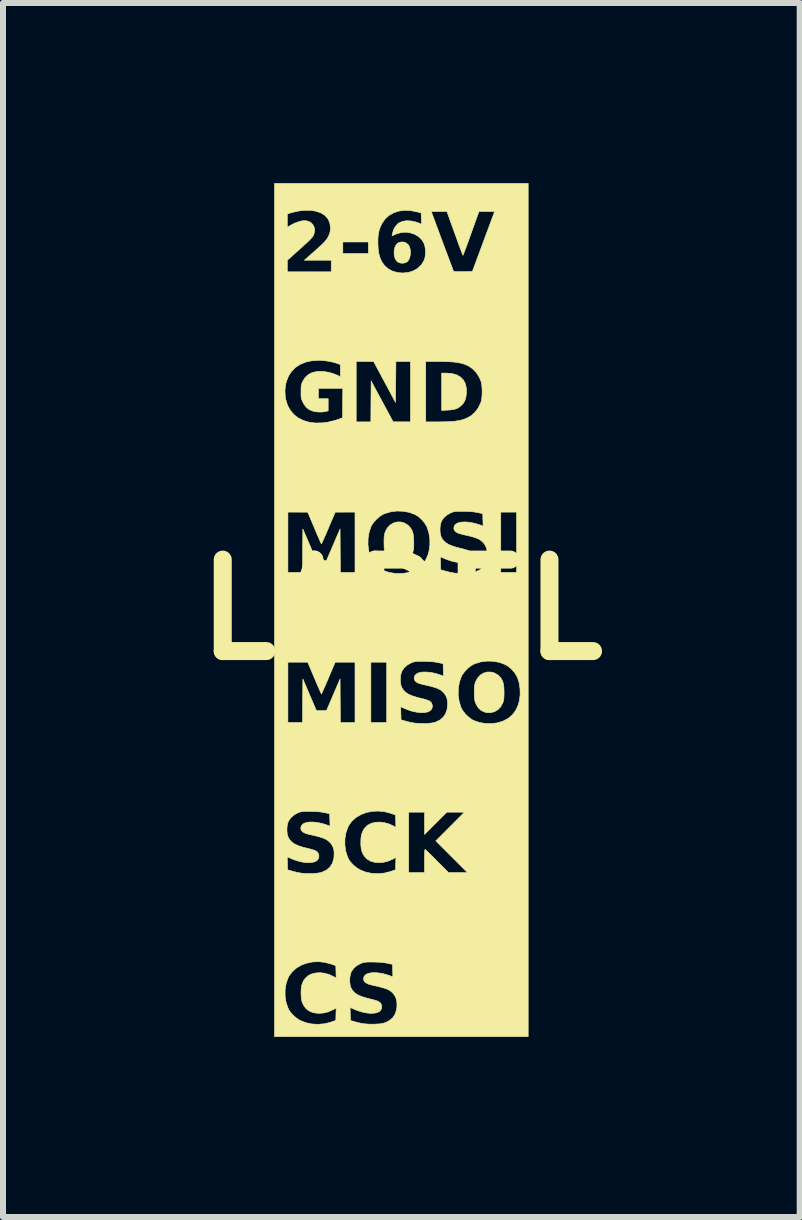
<source format=kicad_pcb>
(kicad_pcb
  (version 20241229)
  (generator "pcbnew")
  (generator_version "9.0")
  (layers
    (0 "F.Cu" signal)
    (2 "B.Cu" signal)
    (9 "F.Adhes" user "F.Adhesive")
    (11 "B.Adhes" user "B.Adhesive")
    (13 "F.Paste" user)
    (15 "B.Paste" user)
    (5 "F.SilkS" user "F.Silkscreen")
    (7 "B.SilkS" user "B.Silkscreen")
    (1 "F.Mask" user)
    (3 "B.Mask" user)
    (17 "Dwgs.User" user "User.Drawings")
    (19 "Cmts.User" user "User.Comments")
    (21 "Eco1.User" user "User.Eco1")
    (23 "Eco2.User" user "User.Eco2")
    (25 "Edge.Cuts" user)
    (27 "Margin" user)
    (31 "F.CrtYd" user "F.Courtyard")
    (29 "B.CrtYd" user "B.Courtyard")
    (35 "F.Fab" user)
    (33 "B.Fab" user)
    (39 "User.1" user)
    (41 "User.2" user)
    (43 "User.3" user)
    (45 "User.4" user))
  (footprint "LABEL"
    (layer "F.Cu")
    (at 3.636 7.107)
    (property "Reference" "LABEL" (at 0 0 0) (layer "F.SilkS") (effects (font (size 1.524 1.524) (thickness 0.3))))
    (attr through_hole)
    (fp_poly (pts (xy 0.838 -3.935) (xy 0.917 -3.914) (xy 0.981 -3.879) (xy 1.03 -3.831) (xy 1.064 -3.77) (xy 1.082 -3.696) (xy 1.085 -3.61) (xy 1.084 -3.607) (xy 1.075 -3.538) (xy 1.058 -3.483) (xy 1.031 -3.437) (xy 0.996 -3.401) (xy 0.961 -3.372) (xy 0.926 -3.352) (xy 0.885 -3.339) (xy 0.834 -3.33) (xy 0.77 -3.325) (xy 0.671 -3.32) (xy 0.671 -3.942) (xy 0.745 -3.942) (xy 0.838 -3.935)) (stroke (width 0.01) (type solid)) (fill yes) (layer "F.SilkS"))
    (fp_poly (pts (xy 0.045 -6.124) (xy 0.088 -6.105) (xy 0.122 -6.071) (xy 0.133 -6.052) (xy 0.148 -6.001) (xy 0.152 -5.947) (xy 0.146 -5.893) (xy 0.131 -5.844) (xy 0.107 -5.806) (xy 0.083 -5.787) (xy 0.037 -5.773) (xy -0.013 -5.774) (xy -0.057 -5.79) (xy -0.057 -5.79) (xy -0.087 -5.82) (xy -0.108 -5.862) (xy -0.119 -5.912) (xy -0.121 -5.965) (xy -0.114 -6.017) (xy -0.097 -6.063) (xy -0.071 -6.097) (xy -0.052 -6.111) (xy -0.003 -6.126) (xy 0.045 -6.124)) (stroke (width 0.01) (type solid)) (fill yes) (layer "F.SilkS"))
    (fp_poly (pts (xy 0.047 -1.446) (xy 0.104 -1.412) (xy 0.118 -1.4) (xy 0.153 -1.362) (xy 0.178 -1.32) (xy 0.195 -1.27) (xy 0.204 -1.208) (xy 0.207 -1.131) (xy 0.207 -1.123) (xy 0.207 -1.066) (xy 0.205 -1.024) (xy 0.2 -0.992) (xy 0.192 -0.963) (xy 0.185 -0.943) (xy 0.15 -0.881) (xy 0.103 -0.833) (xy 0.047 -0.8) (xy -0.016 -0.784) (xy -0.082 -0.786) (xy -0.125 -0.797) (xy -0.179 -0.824) (xy -0.222 -0.865) (xy -0.256 -0.922) (xy -0.266 -0.945) (xy -0.276 -0.973) (xy -0.283 -1.002) (xy -0.287 -1.036) (xy -0.288 -1.082) (xy -0.289 -1.123) (xy -0.288 -1.179) (xy -0.286 -1.221) (xy -0.281 -1.253) (xy -0.273 -1.282) (xy -0.266 -1.302) (xy -0.232 -1.363) (xy -0.187 -1.411) (xy -0.133 -1.444) (xy -0.074 -1.461) (xy -0.013 -1.462) (xy 0.047 -1.446)) (stroke (width 0.01) (type solid)) (fill yes) (layer "F.SilkS"))
    (fp_poly (pts (xy 1.551 1.054) (xy 1.608 1.087) (xy 1.621 1.099) (xy 1.657 1.137) (xy 1.682 1.179) (xy 1.699 1.229) (xy 1.708 1.291) (xy 1.711 1.368) (xy 1.711 1.377) (xy 1.71 1.433) (xy 1.708 1.475) (xy 1.703 1.507) (xy 1.696 1.536) (xy 1.688 1.556) (xy 1.654 1.618) (xy 1.607 1.666) (xy 1.551 1.699) (xy 1.488 1.715) (xy 1.421 1.714) (xy 1.379 1.702) (xy 1.325 1.675) (xy 1.282 1.634) (xy 1.247 1.577) (xy 1.238 1.554) (xy 1.227 1.526) (xy 1.221 1.497) (xy 1.217 1.463) (xy 1.215 1.418) (xy 1.215 1.377) (xy 1.216 1.32) (xy 1.218 1.278) (xy 1.223 1.246) (xy 1.23 1.217) (xy 1.238 1.197) (xy 1.272 1.136) (xy 1.317 1.088) (xy 1.37 1.056) (xy 1.429 1.038) (xy 1.491 1.038) (xy 1.551 1.054)) (stroke (width 0.01) (type solid)) (fill yes) (layer "F.SilkS"))
    (fp_poly (pts (xy 2.113 7.112) (xy -2.113 7.112) (xy -2.113 6.429) (xy -1.937 6.429) (xy -1.923 6.53) (xy -1.893 6.624) (xy -1.876 6.662) (xy -1.845 6.708) (xy -1.801 6.756) (xy -1.75 6.801) (xy -1.698 6.836) (xy -1.689 6.841) (xy -1.597 6.878) (xy -1.495 6.901) (xy -1.389 6.907) (xy -1.282 6.898) (xy -1.179 6.872) (xy -1.179 6.872) (xy -1.092 6.842) (xy -1.089 6.739) (xy -1.086 6.636) (xy -1.141 6.665) (xy -1.217 6.699) (xy -1.295 6.718) (xy -1.372 6.724) (xy -1.446 6.717) (xy -1.512 6.697) (xy -1.567 6.664) (xy -1.601 6.629) (xy -1.632 6.583) (xy -1.653 6.538) (xy -1.665 6.487) (xy -1.67 6.424) (xy -1.671 6.386) (xy -1.669 6.315) (xy -1.66 6.259) (xy -1.644 6.211) (xy -1.636 6.198) (xy -0.86 6.198) (xy -0.853 6.254) (xy -0.839 6.3) (xy -0.836 6.305) (xy -0.808 6.349) (xy -0.771 6.386) (xy -0.724 6.417) (xy -0.664 6.443) (xy -0.588 6.467) (xy -0.527 6.483) (xy -0.462 6.499) (xy -0.413 6.513) (xy -0.379 6.528) (xy -0.357 6.543) (xy -0.342 6.56) (xy -0.34 6.564) (xy -0.326 6.604) (xy -0.331 6.643) (xy -0.337 6.66) (xy -0.362 6.69) (xy -0.402 6.711) (xy -0.454 6.722) (xy -0.518 6.724) (xy -0.589 6.716) (xy -0.665 6.699) (xy -0.744 6.673) (xy -0.773 6.661) (xy -0.854 6.626) (xy -0.851 6.735) (xy -0.848 6.843) (xy -0.768 6.866) (xy -0.69 6.886) (xy -0.619 6.898) (xy -0.547 6.904) (xy -0.465 6.905) (xy -0.447 6.904) (xy -0.382 6.901) (xy -0.332 6.896) (xy -0.29 6.886) (xy -0.27 6.88) (xy -0.199 6.845) (xy -0.144 6.799) (xy -0.105 6.739) (xy -0.081 6.667) (xy -0.074 6.618) (xy -0.074 6.542) (xy -0.086 6.479) (xy -0.112 6.425) (xy -0.133 6.397) (xy -0.158 6.371) (xy -0.186 6.349) (xy -0.218 6.33) (xy -0.259 6.313) (xy -0.31 6.297) (xy -0.375 6.279) (xy -0.456 6.261) (xy -0.493 6.253) (xy -0.555 6.235) (xy -0.598 6.211) (xy -0.623 6.181) (xy -0.63 6.149) (xy -0.621 6.11) (xy -0.595 6.08) (xy -0.553 6.059) (xy -0.497 6.048) (xy -0.429 6.046) (xy -0.35 6.055) (xy -0.318 6.061) (xy -0.272 6.072) (xy -0.227 6.085) (xy -0.191 6.097) (xy -0.142 6.116) (xy -0.144 6.012) (xy -0.147 5.908) (xy -0.234 5.889) (xy -0.301 5.878) (xy -0.381 5.872) (xy -0.467 5.869) (xy -0.528 5.869) (xy -0.572 5.87) (xy -0.605 5.873) (xy -0.632 5.877) (xy -0.656 5.885) (xy -0.671 5.891) (xy -0.739 5.926) (xy -0.794 5.974) (xy -0.833 6.029) (xy -0.835 6.033) (xy -0.85 6.08) (xy -0.859 6.137) (xy -0.86 6.198) (xy -1.636 6.198) (xy -1.619 6.166) (xy -1.601 6.142) (xy -1.556 6.099) (xy -1.498 6.069) (xy -1.431 6.052) (xy -1.356 6.047) (xy -1.279 6.056) (xy -1.2 6.078) (xy -1.141 6.106) (xy -1.086 6.135) (xy -1.089 6.032) (xy -1.092 5.929) (xy -1.178 5.9) (xy -1.279 5.874) (xy -1.381 5.863) (xy -1.481 5.868) (xy -1.576 5.888) (xy -1.665 5.92) (xy -1.744 5.966) (xy -1.811 6.024) (xy -1.865 6.092) (xy -1.887 6.133) (xy -1.919 6.226) (xy -1.936 6.326) (xy -1.937 6.429) (xy -2.113 6.429) (xy -2.113 3.688) (xy -1.906 3.688) (xy -1.9 3.745) (xy -1.885 3.791) (xy -1.883 3.795) (xy -1.854 3.839) (xy -1.818 3.876) (xy -1.771 3.907) (xy -1.711 3.934) (xy -1.635 3.958) (xy -1.573 3.973) (xy -1.508 3.989) (xy -1.46 4.004) (xy -1.426 4.018) (xy -1.403 4.033) (xy -1.389 4.05) (xy -1.386 4.055) (xy -1.373 4.095) (xy -1.377 4.134) (xy -1.384 4.151) (xy -1.408 4.181) (xy -1.448 4.201) (xy -1.501 4.212) (xy -1.564 4.214) (xy -1.635 4.207) (xy -1.711 4.19) (xy -1.791 4.164) (xy -1.82 4.152) (xy -1.901 4.117) (xy -1.898 4.225) (xy -1.895 4.333) (xy -1.814 4.356) (xy -1.736 4.376) (xy -1.665 4.389) (xy -1.593 4.395) (xy -1.511 4.395) (xy -1.494 4.395) (xy -1.429 4.392) (xy -1.378 4.386) (xy -1.337 4.377) (xy -1.316 4.37) (xy -1.245 4.336) (xy -1.191 4.289) (xy -1.151 4.23) (xy -1.128 4.157) (xy -1.121 4.108) (xy -1.12 4.032) (xy -1.132 3.969) (xy -1.156 3.919) (xy -0.941 3.919) (xy -0.927 4.021) (xy -0.898 4.115) (xy -0.88 4.153) (xy -0.85 4.199) (xy -0.806 4.247) (xy -0.755 4.291) (xy -0.702 4.326) (xy -0.694 4.331) (xy -0.601 4.369) (xy -0.5 4.391) (xy -0.393 4.398) (xy -0.286 4.388) (xy -0.183 4.362) (xy -0.183 4.362) (xy -0.097 4.333) (xy -0.094 4.23) (xy -0.091 4.127) (xy -0.145 4.156) (xy -0.221 4.189) (xy -0.299 4.208) (xy -0.377 4.214) (xy -0.45 4.207) (xy -0.516 4.187) (xy -0.571 4.154) (xy -0.605 4.12) (xy -0.636 4.074) (xy -0.657 4.028) (xy -0.669 3.977) (xy -0.675 3.915) (xy -0.675 3.876) (xy -0.673 3.806) (xy -0.664 3.75) (xy -0.648 3.702) (xy -0.623 3.657) (xy -0.605 3.632) (xy -0.561 3.59) (xy -0.503 3.56) (xy -0.435 3.542) (xy -0.361 3.538) (xy -0.283 3.547) (xy -0.205 3.569) (xy -0.145 3.596) (xy -0.091 3.626) (xy -0.094 3.522) (xy -0.097 3.419) (xy -0.182 3.39) (xy -0.248 3.373) (xy 0.122 3.373) (xy 0.122 4.379) (xy 0.386 4.379) (xy 0.386 4.186) (xy 0.386 4.126) (xy 0.388 4.073) (xy 0.389 4.032) (xy 0.391 4.004) (xy 0.394 3.993) (xy 0.394 3.993) (xy 0.403 4) (xy 0.424 4.019) (xy 0.456 4.049) (xy 0.496 4.088) (xy 0.543 4.134) (xy 0.594 4.186) (xy 0.594 4.186) (xy 0.787 4.379) (xy 1.102 4.379) (xy 0.838 4.115) (xy 0.574 3.851) (xy 0.813 3.612) (xy 1.051 3.373) (xy 0.757 3.373) (xy 0.386 3.744) (xy 0.386 3.373) (xy 0.122 3.373) (xy -0.248 3.373) (xy -0.284 3.364) (xy -0.386 3.354) (xy -0.485 3.359) (xy -0.581 3.378) (xy -0.669 3.411) (xy -0.748 3.456) (xy -0.816 3.514) (xy -0.869 3.583) (xy -0.891 3.624) (xy -0.923 3.716) (xy -0.94 3.816) (xy -0.941 3.919) (xy -1.156 3.919) (xy -1.158 3.915) (xy -1.18 3.887) (xy -1.205 3.862) (xy -1.232 3.84) (xy -1.265 3.821) (xy -1.305 3.804) (xy -1.356 3.787) (xy -1.421 3.77) (xy -1.502 3.751) (xy -1.539 3.743) (xy -1.601 3.725) (xy -1.645 3.701) (xy -1.669 3.672) (xy -1.676 3.639) (xy -1.667 3.601) (xy -1.641 3.571) (xy -1.6 3.55) (xy -1.544 3.538) (xy -1.476 3.537) (xy -1.397 3.546) (xy -1.365 3.552) (xy -1.319 3.562) (xy -1.273 3.575) (xy -1.238 3.587) (xy -1.188 3.607) (xy -1.191 3.503) (xy -1.194 3.399) (xy -1.28 3.38) (xy -1.347 3.369) (xy -1.428 3.362) (xy -1.514 3.36) (xy -1.574 3.36) (xy -1.618 3.361) (xy -1.652 3.363) (xy -1.678 3.368) (xy -1.702 3.375) (xy -1.718 3.381) (xy -1.785 3.417) (xy -1.84 3.464) (xy -1.879 3.52) (xy -1.881 3.523) (xy -1.897 3.57) (xy -1.905 3.628) (xy -1.906 3.688) (xy -2.113 3.688) (xy -2.113 0.874) (xy -1.89 0.874) (xy -1.89 1.88) (xy -1.646 1.88) (xy -1.644 1.517) (xy -1.641 1.154) (xy -1.415 1.681) (xy -1.247 1.681) (xy -1.134 1.418) (xy -1.021 1.154) (xy -1.016 1.88) (xy -0.772 1.88) (xy -0.772 0.874) (xy -0.508 0.874) (xy -0.508 1.88) (xy -0.244 1.88) (xy -0.244 1.189) (xy -0.016 1.189) (xy -0.01 1.245) (xy 0.004 1.291) (xy 0.007 1.296) (xy 0.036 1.34) (xy 0.072 1.377) (xy 0.119 1.408) (xy 0.179 1.434) (xy 0.255 1.458) (xy 0.316 1.474) (xy 0.382 1.49) (xy 0.43 1.505) (xy 0.464 1.519) (xy 0.486 1.534) (xy 0.501 1.551) (xy 0.503 1.555) (xy 0.517 1.596) (xy 0.513 1.635) (xy 0.506 1.651) (xy 0.482 1.681) (xy 0.442 1.702) (xy 0.389 1.713) (xy 0.326 1.715) (xy 0.255 1.707) (xy 0.178 1.691) (xy 0.099 1.664) (xy 0.07 1.652) (xy -0.011 1.617) (xy -0.008 1.726) (xy -0.005 1.834) (xy 0.075 1.857) (xy 0.153 1.877) (xy 0.224 1.889) (xy 0.296 1.895) (xy 0.378 1.896) (xy 0.396 1.896) (xy 0.461 1.892) (xy 0.512 1.887) (xy 0.553 1.877) (xy 0.574 1.871) (xy 0.644 1.837) (xy 0.699 1.79) (xy 0.738 1.73) (xy 0.762 1.658) (xy 0.769 1.609) (xy 0.77 1.533) (xy 0.758 1.47) (xy 0.732 1.416) (xy 0.731 1.416) (xy 0.947 1.416) (xy 0.961 1.52) (xy 0.99 1.618) (xy 1 1.642) (xy 1.031 1.693) (xy 1.074 1.746) (xy 1.126 1.794) (xy 1.178 1.832) (xy 1.203 1.845) (xy 1.298 1.878) (xy 1.402 1.896) (xy 1.509 1.897) (xy 1.6 1.885) (xy 1.697 1.855) (xy 1.781 1.81) (xy 1.85 1.751) (xy 1.906 1.677) (xy 1.946 1.589) (xy 1.966 1.517) (xy 1.979 1.418) (xy 1.977 1.316) (xy 1.962 1.216) (xy 1.933 1.126) (xy 1.927 1.114) (xy 1.891 1.054) (xy 1.841 0.995) (xy 1.784 0.946) (xy 1.734 0.915) (xy 1.639 0.879) (xy 1.536 0.859) (xy 1.43 0.856) (xy 1.325 0.869) (xy 1.226 0.899) (xy 1.203 0.909) (xy 1.152 0.939) (xy 1.1 0.983) (xy 1.052 1.034) (xy 1.014 1.086) (xy 1 1.111) (xy 0.967 1.206) (xy 0.949 1.309) (xy 0.947 1.416) (xy 0.731 1.416) (xy 0.71 1.388) (xy 0.685 1.362) (xy 0.658 1.34) (xy 0.625 1.322) (xy 0.585 1.304) (xy 0.533 1.288) (xy 0.469 1.271) (xy 0.388 1.252) (xy 0.351 1.244) (xy 0.288 1.226) (xy 0.245 1.202) (xy 0.22 1.172) (xy 0.213 1.14) (xy 0.222 1.102) (xy 0.249 1.072) (xy 0.29 1.051) (xy 0.346 1.039) (xy 0.414 1.038) (xy 0.493 1.046) (xy 0.525 1.052) (xy 0.571 1.063) (xy 0.617 1.076) (xy 0.652 1.088) (xy 0.702 1.107) (xy 0.699 1.003) (xy 0.696 0.899) (xy 0.61 0.88) (xy 0.543 0.869) (xy 0.462 0.863) (xy 0.376 0.86) (xy 0.316 0.86) (xy 0.271 0.861) (xy 0.238 0.864) (xy 0.212 0.869) (xy 0.188 0.876) (xy 0.172 0.882) (xy 0.105 0.917) (xy 0.05 0.965) (xy 0.01 1.02) (xy 0.009 1.024) (xy -0.007 1.071) (xy -0.016 1.128) (xy -0.016 1.189) (xy -0.244 1.189) (xy -0.244 0.874) (xy -0.508 0.874) (xy -0.772 0.874) (xy -1.102 0.874) (xy -1.214 1.138) (xy -1.243 1.206) (xy -1.27 1.268) (xy -1.293 1.32) (xy -1.312 1.362) (xy -1.325 1.39) (xy -1.331 1.402) (xy -1.331 1.402) (xy -1.337 1.393) (xy -1.349 1.368) (xy -1.366 1.328) (xy -1.389 1.277) (xy -1.415 1.217) (xy -1.443 1.15) (xy -1.448 1.138) (xy -1.56 0.874) (xy -1.89 0.874) (xy -2.113 0.874) (xy -2.113 -1.626) (xy -1.89 -1.626) (xy -1.89 -0.62) (xy -1.646 -0.62) (xy -1.644 -0.982) (xy -1.641 -1.345) (xy -1.415 -0.818) (xy -1.247 -0.818) (xy -1.134 -1.081) (xy -1.021 -1.345) (xy -1.016 -0.62) (xy -0.772 -0.62) (xy -0.772 -1.084) (xy -0.556 -1.084) (xy -0.543 -0.979) (xy -0.514 -0.881) (xy -0.504 -0.857) (xy -0.473 -0.806) (xy -0.429 -0.754) (xy -0.378 -0.706) (xy -0.326 -0.668) (xy -0.301 -0.654) (xy -0.205 -0.621) (xy -0.102 -0.604) (xy 0.005 -0.602) (xy 0.097 -0.615) (xy 0.193 -0.644) (xy 0.277 -0.689) (xy 0.346 -0.749) (xy 0.402 -0.822) (xy 0.442 -0.91) (xy 0.462 -0.982) (xy 0.475 -1.081) (xy 0.474 -1.184) (xy 0.458 -1.283) (xy 0.449 -1.311) (xy 0.644 -1.311) (xy 0.651 -1.254) (xy 0.665 -1.208) (xy 0.667 -1.203) (xy 0.696 -1.159) (xy 0.733 -1.123) (xy 0.779 -1.092) (xy 0.84 -1.065) (xy 0.915 -1.041) (xy 0.977 -1.025) (xy 1.042 -1.009) (xy 1.09 -0.995) (xy 1.124 -0.981) (xy 1.147 -0.966) (xy 1.161 -0.948) (xy 1.164 -0.944) (xy 1.177 -0.904) (xy 1.173 -0.865) (xy 1.166 -0.848) (xy 1.142 -0.818) (xy 1.102 -0.798) (xy 1.049 -0.786) (xy 0.986 -0.784) (xy 0.915 -0.792) (xy 0.839 -0.809) (xy 0.76 -0.835) (xy 0.731 -0.847) (xy 0.65 -0.882) (xy 0.652 -0.774) (xy 0.655 -0.665) (xy 0.736 -0.643) (xy 0.814 -0.623) (xy 0.885 -0.61) (xy 0.957 -0.604) (xy 1.039 -0.603) (xy 1.057 -0.604) (xy 1.122 -0.607) (xy 1.172 -0.613) (xy 1.214 -0.622) (xy 1.234 -0.629) (xy 1.305 -0.663) (xy 1.36 -0.709) (xy 1.399 -0.769) (xy 1.422 -0.842) (xy 1.429 -0.89) (xy 1.43 -0.966) (xy 1.418 -1.029) (xy 1.392 -1.083) (xy 1.37 -1.112) (xy 1.345 -1.137) (xy 1.318 -1.159) (xy 1.286 -1.178) (xy 1.245 -1.195) (xy 1.194 -1.212) (xy 1.129 -1.229) (xy 1.048 -1.247) (xy 1.011 -1.256) (xy 0.949 -1.274) (xy 0.906 -1.297) (xy 0.881 -1.327) (xy 0.874 -1.359) (xy 0.883 -1.398) (xy 0.909 -1.428) (xy 0.951 -1.449) (xy 1.006 -1.46) (xy 1.074 -1.462) (xy 1.154 -1.453) (xy 1.185 -1.447) (xy 1.231 -1.436) (xy 1.277 -1.423) (xy 1.312 -1.412) (xy 1.362 -1.392) (xy 1.359 -1.496) (xy 1.356 -1.6) (xy 1.27 -1.619) (xy 1.23 -1.626) (xy 1.656 -1.626) (xy 1.656 -0.62) (xy 1.92 -0.62) (xy 1.92 -1.626) (xy 1.656 -1.626) (xy 1.23 -1.626) (xy 1.203 -1.63) (xy 1.123 -1.637) (xy 1.036 -1.639) (xy 0.976 -1.639) (xy 0.932 -1.638) (xy 0.899 -1.635) (xy 0.872 -1.631) (xy 0.848 -1.624) (xy 0.832 -1.618) (xy 0.765 -1.582) (xy 0.71 -1.535) (xy 0.671 -1.479) (xy 0.669 -1.476) (xy 0.653 -1.428) (xy 0.645 -1.371) (xy 0.644 -1.311) (xy 0.449 -1.311) (xy 0.429 -1.373) (xy 0.424 -1.385) (xy 0.387 -1.446) (xy 0.338 -1.504) (xy 0.281 -1.554) (xy 0.23 -1.585) (xy 0.135 -1.621) (xy 0.032 -1.64) (xy -0.074 -1.644) (xy -0.179 -1.63) (xy -0.278 -1.601) (xy -0.301 -1.591) (xy -0.352 -1.56) (xy -0.404 -1.517) (xy -0.452 -1.466) (xy -0.49 -1.414) (xy -0.504 -1.388) (xy -0.537 -1.293) (xy -0.554 -1.19) (xy -0.556 -1.084) (xy -0.772 -1.084) (xy -0.772 -1.626) (xy -1.102 -1.625) (xy -1.214 -1.361) (xy -1.243 -1.293) (xy -1.27 -1.232) (xy -1.293 -1.179) (xy -1.312 -1.137) (xy -1.325 -1.11) (xy -1.331 -1.098) (xy -1.331 -1.097) (xy -1.337 -1.106) (xy -1.349 -1.132) (xy -1.366 -1.171) (xy -1.389 -1.222) (xy -1.415 -1.282) (xy -1.443 -1.35) (xy -1.448 -1.361) (xy -1.56 -1.625) (xy -1.89 -1.626) (xy -2.113 -1.626) (xy -2.113 -3.656) (xy -1.939 -3.656) (xy -1.934 -3.548) (xy -1.925 -3.5) (xy -1.896 -3.405) (xy -1.85 -3.322) (xy -1.791 -3.251) (xy -1.718 -3.195) (xy -1.632 -3.152) (xy -1.535 -3.123) (xy -1.428 -3.11) (xy -1.312 -3.113) (xy -1.226 -3.124) (xy -1.172 -3.136) (xy -1.114 -3.151) (xy -1.062 -3.167) (xy -1.06 -3.168) (xy -0.98 -3.197) (xy -0.978 -3.442) (xy -0.975 -3.688) (xy -1.382 -3.688) (xy -1.382 -3.515) (xy -1.219 -3.515) (xy -1.219 -3.313) (xy -1.257 -3.303) (xy -1.309 -3.294) (xy -1.37 -3.293) (xy -1.431 -3.298) (xy -1.47 -3.307) (xy -1.534 -3.333) (xy -1.584 -3.372) (xy -1.624 -3.426) (xy -1.637 -3.451) (xy -1.652 -3.483) (xy -1.662 -3.509) (xy -1.668 -3.535) (xy -1.671 -3.567) (xy -1.671 -3.612) (xy -1.671 -3.632) (xy -1.671 -3.684) (xy -1.669 -3.721) (xy -1.664 -3.75) (xy -1.656 -3.775) (xy -1.645 -3.8) (xy -1.605 -3.865) (xy -1.554 -3.914) (xy -1.49 -3.948) (xy -1.414 -3.967) (xy -1.381 -3.97) (xy -1.291 -3.968) (xy -1.196 -3.951) (xy -1.102 -3.921) (xy -1.079 -3.911) (xy -1.016 -3.882) (xy -1.016 -4.083) (xy -1.072 -4.104) (xy -1.133 -4.122) (xy -1.192 -4.135) (xy -0.752 -4.135) (xy -0.752 -3.129) (xy -0.508 -3.129) (xy -0.506 -3.47) (xy -0.503 -3.81) (xy -0.137 -3.13) (xy 0.152 -3.129) (xy 0.152 -4.135) (xy 0.406 -4.135) (xy 0.406 -3.129) (xy 0.607 -3.129) (xy 0.676 -3.13) (xy 0.745 -3.131) (xy 0.808 -3.134) (xy 0.86 -3.137) (xy 0.894 -3.14) (xy 0.992 -3.157) (xy 1.074 -3.183) (xy 1.145 -3.221) (xy 1.169 -3.237) (xy 1.229 -3.292) (xy 1.281 -3.361) (xy 1.319 -3.437) (xy 1.329 -3.464) (xy 1.339 -3.514) (xy 1.345 -3.576) (xy 1.346 -3.644) (xy 1.343 -3.711) (xy 1.336 -3.77) (xy 1.329 -3.8) (xy 1.296 -3.877) (xy 1.249 -3.949) (xy 1.191 -4.009) (xy 1.169 -4.027) (xy 1.124 -4.057) (xy 1.075 -4.081) (xy 1.021 -4.1) (xy 0.958 -4.114) (xy 0.884 -4.125) (xy 0.797 -4.131) (xy 0.695 -4.134) (xy 0.607 -4.135) (xy 0.406 -4.135) (xy 0.152 -4.135) (xy -0.091 -4.135) (xy -0.094 -3.795) (xy -0.097 -3.454) (xy -0.462 -4.135) (xy -0.607 -4.135) (xy -0.752 -4.135) (xy -1.192 -4.135) (xy -1.206 -4.138) (xy -1.283 -4.149) (xy -1.355 -4.155) (xy -1.377 -4.155) (xy -1.492 -4.147) (xy -1.596 -4.124) (xy -1.688 -4.086) (xy -1.767 -4.033) (xy -1.832 -3.967) (xy -1.882 -3.888) (xy -1.917 -3.796) (xy -1.925 -3.764) (xy -1.939 -3.656) (xy -2.113 -3.656) (xy -2.113 -6.593) (xy -1.9 -6.593) (xy -1.9 -6.371) (xy -1.841 -6.406) (xy -1.785 -6.436) (xy -1.724 -6.459) (xy -1.665 -6.476) (xy -1.615 -6.482) (xy -1.612 -6.482) (xy -1.555 -6.473) (xy -1.507 -6.449) (xy -1.472 -6.412) (xy -1.45 -6.365) (xy -1.444 -6.312) (xy -1.457 -6.255) (xy -1.458 -6.251) (xy -1.466 -6.234) (xy -1.475 -6.218) (xy -1.489 -6.201) (xy -1.507 -6.18) (xy -1.533 -6.154) (xy -1.568 -6.12) (xy -1.613 -6.079) (xy -1.671 -6.026) (xy -1.72 -5.982) (xy -1.9 -5.821) (xy -1.9 -5.629) (xy -1.168 -5.629) (xy -1.168 -5.822) (xy -1.616 -5.822) (xy -1.456 -5.963) (xy -1.391 -6.02) (xy -1.34 -6.067) (xy -1.3 -6.106) (xy -1.281 -6.126) (xy -0.975 -6.126) (xy -0.975 -5.933) (xy -0.549 -5.933) (xy -0.549 -6.121) (xy -0.391 -6.121) (xy -0.387 -6.018) (xy -0.375 -5.931) (xy -0.353 -5.856) (xy -0.321 -5.79) (xy -0.279 -5.732) (xy -0.221 -5.68) (xy -0.151 -5.642) (xy -0.071 -5.618) (xy 0.015 -5.609) (xy 0.105 -5.616) (xy 0.124 -5.62) (xy 0.203 -5.646) (xy 0.274 -5.688) (xy 0.332 -5.743) (xy 0.374 -5.81) (xy 0.378 -5.817) (xy 0.395 -5.872) (xy 0.402 -5.939) (xy 0.4 -6.007) (xy 0.389 -6.071) (xy 0.377 -6.104) (xy 0.339 -6.166) (xy 0.286 -6.216) (xy 0.222 -6.254) (xy 0.15 -6.278) (xy 0.074 -6.289) (xy -0.005 -6.283) (xy -0.081 -6.261) (xy -0.096 -6.255) (xy -0.155 -6.228) (xy -0.148 -6.266) (xy -0.131 -6.326) (xy -0.101 -6.381) (xy -0.064 -6.425) (xy -0.039 -6.444) (xy 0.019 -6.469) (xy 0.087 -6.48) (xy 0.163 -6.476) (xy 0.241 -6.459) (xy 0.291 -6.441) (xy 0.336 -6.422) (xy 0.333 -6.515) (xy 0.33 -6.609) (xy 0.264 -6.627) (xy 0.227 -6.634) (xy 0.499 -6.634) (xy 0.512 -6.596) (xy 0.523 -6.566) (xy 0.54 -6.521) (xy 0.561 -6.465) (xy 0.585 -6.398) (xy 0.613 -6.324) (xy 0.642 -6.244) (xy 0.673 -6.162) (xy 0.704 -6.078) (xy 0.735 -5.996) (xy 0.765 -5.916) (xy 0.792 -5.843) (xy 0.817 -5.777) (xy 0.838 -5.722) (xy 0.854 -5.678) (xy 0.865 -5.649) (xy 0.87 -5.637) (xy 0.87 -5.636) (xy 0.882 -5.634) (xy 0.91 -5.632) (xy 0.951 -5.631) (xy 1.001 -5.631) (xy 1.029 -5.631) (xy 1.183 -5.634) (xy 1.341 -6.06) (xy 1.375 -6.152) (xy 1.408 -6.24) (xy 1.438 -6.322) (xy 1.466 -6.397) (xy 1.49 -6.46) (xy 1.508 -6.511) (xy 1.522 -6.547) (xy 1.527 -6.561) (xy 1.554 -6.634) (xy 1.424 -6.634) (xy 1.293 -6.634) (xy 1.162 -6.269) (xy 1.133 -6.187) (xy 1.106 -6.112) (xy 1.081 -6.045) (xy 1.06 -5.989) (xy 1.044 -5.945) (xy 1.032 -5.916) (xy 1.026 -5.903) (xy 1.026 -5.903) (xy 1.022 -5.912) (xy 1.011 -5.939) (xy 0.996 -5.98) (xy 0.975 -6.034) (xy 0.951 -6.099) (xy 0.925 -6.173) (xy 0.896 -6.254) (xy 0.89 -6.269) (xy 0.759 -6.634) (xy 0.499 -6.634) (xy 0.227 -6.634) (xy 0.158 -6.648) (xy 0.056 -6.653) (xy -0.039 -6.641) (xy -0.125 -6.614) (xy -0.202 -6.571) (xy -0.266 -6.514) (xy -0.318 -6.443) (xy -0.323 -6.434) (xy -0.351 -6.376) (xy -0.37 -6.321) (xy -0.382 -6.264) (xy -0.389 -6.198) (xy -0.391 -6.121) (xy -0.549 -6.121) (xy -0.549 -6.126) (xy -0.975 -6.126) (xy -1.281 -6.126) (xy -1.269 -6.139) (xy -1.245 -6.169) (xy -1.226 -6.198) (xy -1.21 -6.227) (xy -1.187 -6.292) (xy -1.181 -6.362) (xy -1.19 -6.432) (xy -1.214 -6.497) (xy -1.231 -6.523) (xy -1.279 -6.573) (xy -1.342 -6.611) (xy -1.419 -6.638) (xy -1.506 -6.652) (xy -1.602 -6.654) (xy -1.705 -6.643) (xy -1.813 -6.619) (xy -1.831 -6.614) (xy -1.9 -6.593) (xy -2.113 -6.593) (xy -2.113 -7.102) (xy 2.113 -7.102) (xy 2.113 7.112)) (stroke (width 0.01) (type solid)) (fill yes) (layer "F.SilkS")))
  (gr_rect
    (start -3 -3)
    (end 10.272 17.224)
    (stroke (width 0.1) (type default))
    (fill no)
    (layer "Edge.Cuts")))
</source>
